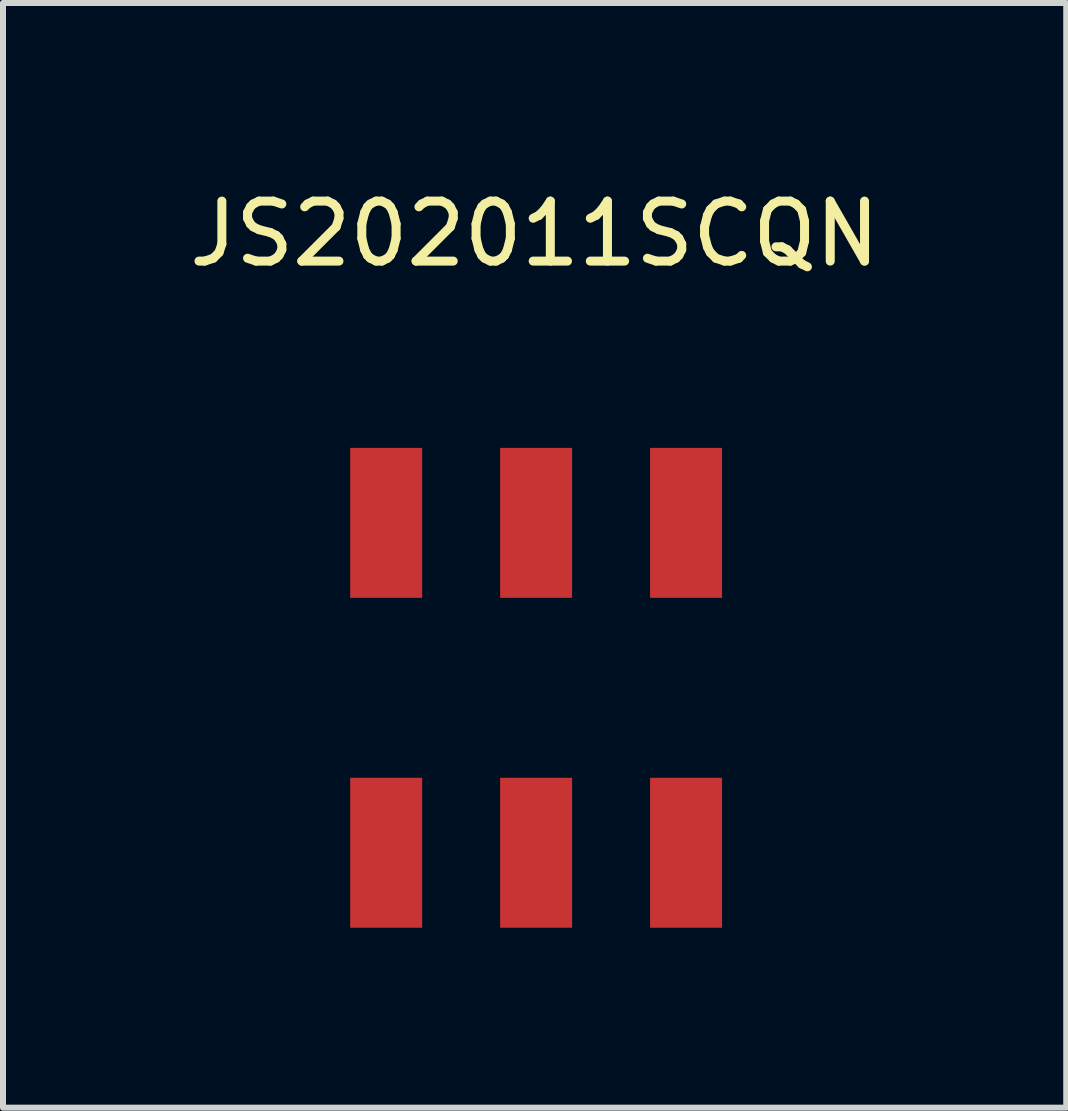
<source format=kicad_pcb>
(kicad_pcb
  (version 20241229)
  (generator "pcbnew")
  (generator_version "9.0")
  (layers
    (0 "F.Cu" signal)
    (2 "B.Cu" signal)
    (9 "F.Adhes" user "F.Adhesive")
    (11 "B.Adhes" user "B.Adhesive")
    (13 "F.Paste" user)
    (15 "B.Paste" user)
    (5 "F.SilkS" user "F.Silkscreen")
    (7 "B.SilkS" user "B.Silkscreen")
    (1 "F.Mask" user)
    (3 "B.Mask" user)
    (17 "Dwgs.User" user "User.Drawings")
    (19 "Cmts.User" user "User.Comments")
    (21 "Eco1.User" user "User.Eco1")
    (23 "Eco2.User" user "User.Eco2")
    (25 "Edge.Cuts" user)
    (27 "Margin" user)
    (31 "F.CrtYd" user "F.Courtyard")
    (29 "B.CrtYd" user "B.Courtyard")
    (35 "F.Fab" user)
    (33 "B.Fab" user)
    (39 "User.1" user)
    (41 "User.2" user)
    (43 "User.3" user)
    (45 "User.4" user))
  (footprint "JS202011SCQN"
    (layer "F.Cu")
    (at 5.888 8.417)
    (property "Reference" "JS202011SCQN" (at -0.025 -7.569 0) (layer "F.SilkS") (effects (font (size 1 1) (thickness 0.15))))
    (attr through_hole)
    (pad "1" smd rect (at -2.5 -2.75) (size 1.2 2.5) (layers "F.Cu" "F.Mask" "F.Paste"))
    (pad "2" smd rect (at 0 -2.75) (size 1.2 2.5) (layers "F.Cu" "F.Mask" "F.Paste"))
    (pad "3" smd rect (at 2.5 -2.75) (size 1.2 2.5) (layers "F.Cu" "F.Mask" "F.Paste"))
    (pad "4" smd rect (at -2.5 2.75) (size 1.2 2.5) (layers "F.Cu" "F.Mask" "F.Paste"))
    (pad "5" smd rect (at 0 2.75) (size 1.2 2.5) (layers "F.Cu" "F.Mask" "F.Paste"))
    (pad "6" smd rect (at 2.5 2.75) (size 1.2 2.5) (layers "F.Cu" "F.Mask" "F.Paste")))
  (gr_rect
    (start -3 -3)
    (end 14.726 15.417)
    (stroke (width 0.1) (type default))
    (fill no)
    (layer "Edge.Cuts")))
</source>
